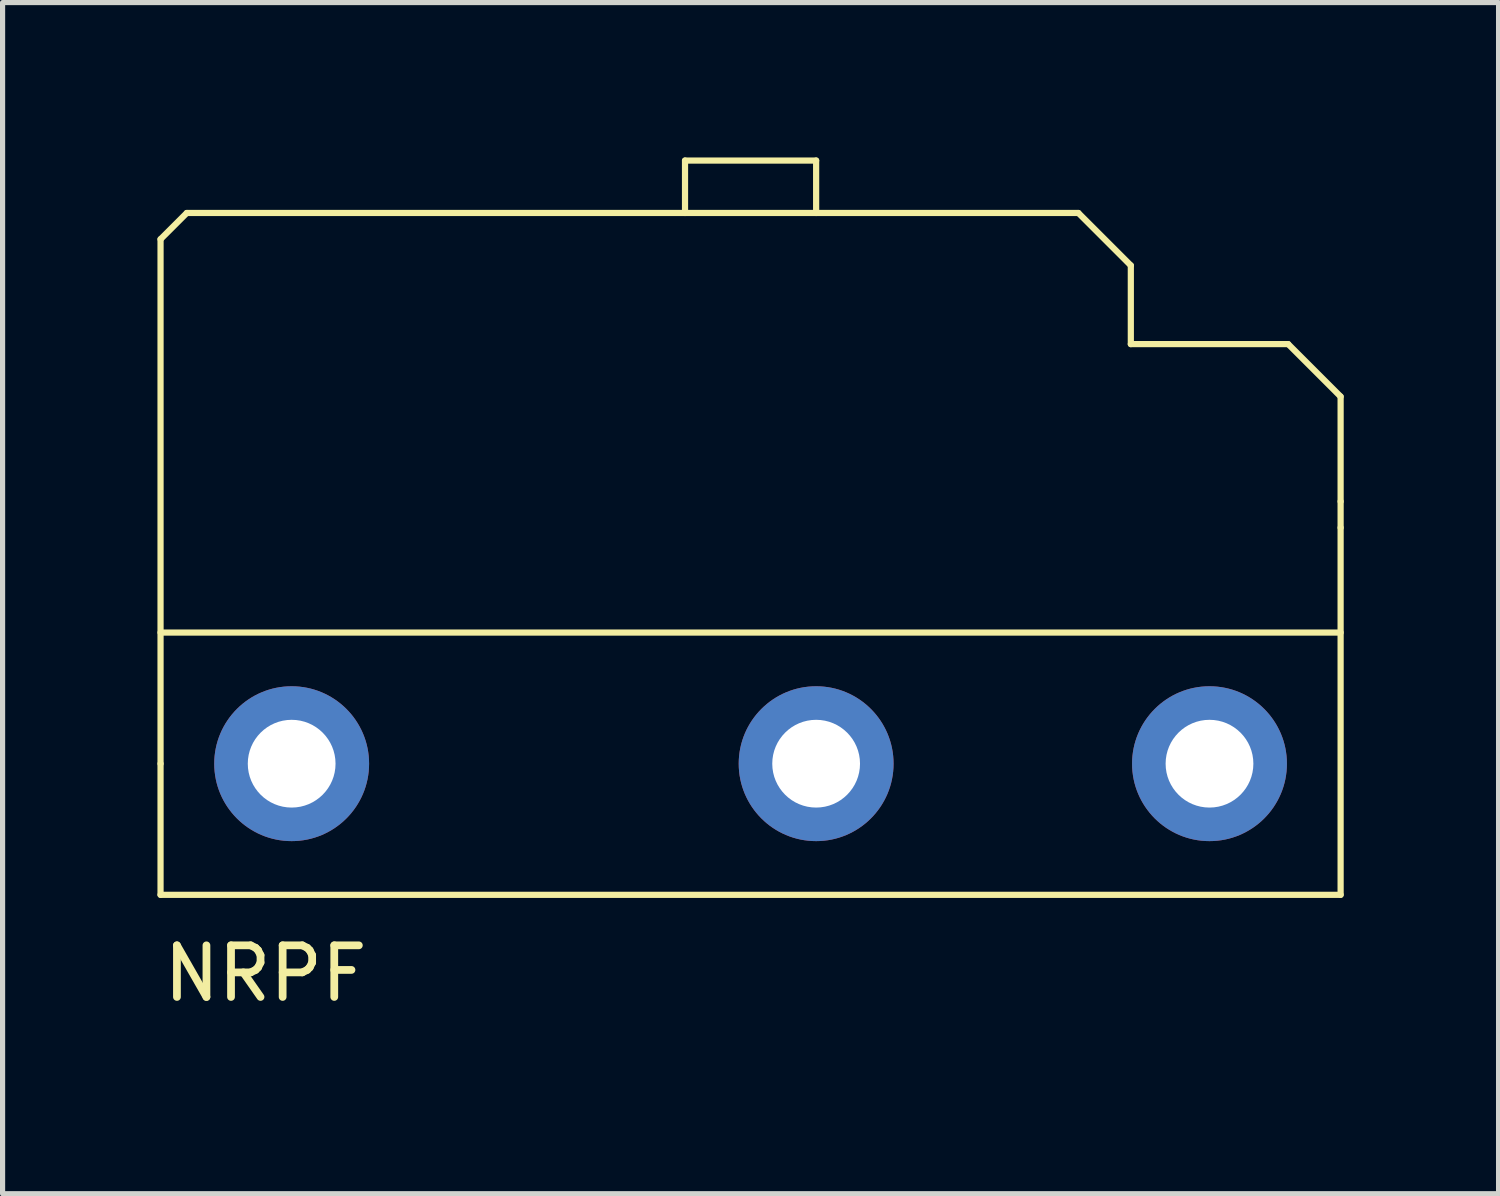
<source format=kicad_pcb>
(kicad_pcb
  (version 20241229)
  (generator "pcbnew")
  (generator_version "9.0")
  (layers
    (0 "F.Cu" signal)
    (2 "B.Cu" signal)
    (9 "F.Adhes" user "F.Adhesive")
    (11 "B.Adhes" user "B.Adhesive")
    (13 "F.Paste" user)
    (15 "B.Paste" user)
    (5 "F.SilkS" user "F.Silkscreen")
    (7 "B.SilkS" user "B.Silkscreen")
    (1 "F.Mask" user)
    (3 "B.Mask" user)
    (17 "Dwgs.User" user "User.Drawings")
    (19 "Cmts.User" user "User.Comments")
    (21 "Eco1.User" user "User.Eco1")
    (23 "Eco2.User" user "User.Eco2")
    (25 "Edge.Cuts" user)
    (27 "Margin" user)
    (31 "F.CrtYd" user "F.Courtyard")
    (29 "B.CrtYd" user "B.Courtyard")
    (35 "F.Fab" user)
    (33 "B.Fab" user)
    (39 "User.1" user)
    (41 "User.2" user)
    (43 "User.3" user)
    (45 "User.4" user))
  (footprint "NRPF"
    (layer "F.Cu")
    (at 10.22 16.824)
    (property "Reference" "NRPF" (at -8.128 -1.016 0) (layer "F.SilkS") (effects (font (size 1 1) (thickness 0.15))))
    (attr through_hole)
    (fp_line (start -10.16 -15.24) (end -9.652 -15.748) (stroke (width 0.12) (type solid)) (layer "F.SilkS"))
    (fp_line (start -10.16 -7.62) (end 12.7 -7.62) (stroke (width 0.12) (type solid)) (layer "F.SilkS"))
    (fp_line (start -10.16 -5.08) (end -10.16 -15.24) (stroke (width 0.12) (type solid)) (layer "F.SilkS"))
    (fp_line (start -10.16 -2.54) (end -10.16 -5.08) (stroke (width 0.12) (type solid)) (layer "F.SilkS"))
    (fp_line (start -9.652 -15.748) (end 7.62 -15.748) (stroke (width 0.12) (type solid)) (layer "F.SilkS"))
    (fp_line (start 0 -16.764) (end 0 -15.748) (stroke (width 0.12) (type solid)) (layer "F.SilkS"))
    (fp_line (start 2.54 -16.764) (end 0 -16.764) (stroke (width 0.12) (type solid)) (layer "F.SilkS"))
    (fp_line (start 2.54 -15.748) (end 2.54 -16.764) (stroke (width 0.12) (type solid)) (layer "F.SilkS"))
    (fp_line (start 7.62 -15.748) (end 8.636 -14.732) (stroke (width 0.12) (type solid)) (layer "F.SilkS"))
    (fp_line (start 8.636 -14.732) (end 8.636 -13.208) (stroke (width 0.12) (type solid)) (layer "F.SilkS"))
    (fp_line (start 8.636 -13.208) (end 11.684 -13.208) (stroke (width 0.12) (type solid)) (layer "F.SilkS"))
    (fp_line (start 11.684 -13.208) (end 12.7 -12.192) (stroke (width 0.12) (type solid)) (layer "F.SilkS"))
    (fp_line (start 12.7 -12.192) (end 12.7 -10.16) (stroke (width 0.12) (type solid)) (layer "F.SilkS"))
    (fp_line (start 12.7 -10.16) (end 12.7 -9.652) (stroke (width 0.12) (type solid)) (layer "F.SilkS"))
    (fp_line (start 12.7 -9.652) (end 12.7 -2.54) (stroke (width 0.12) (type solid)) (layer "F.SilkS"))
    (fp_line (start 12.7 -2.54) (end -10.16 -2.54) (stroke (width 0.12) (type solid)) (layer "F.SilkS"))
    (pad "1" thru_hole circle (at 10.16 -5.08) (size 3 3) (drill 1.7) (layers "*.Cu" "*.Mask"))
    (pad "2" thru_hole circle (at 2.54 -5.08) (size 3 3) (drill 1.7) (layers "*.Cu" "*.Mask"))
    (pad "3" thru_hole circle (at -7.62 -5.08) (size 3 3) (drill 1.7) (layers "*.Cu" "*.Mask")))
  (gr_rect
    (start -3 -3)
    (end 25.98 20.074)
    (stroke (width 0.1) (type default))
    (fill no)
    (layer "Edge.Cuts")))
</source>
